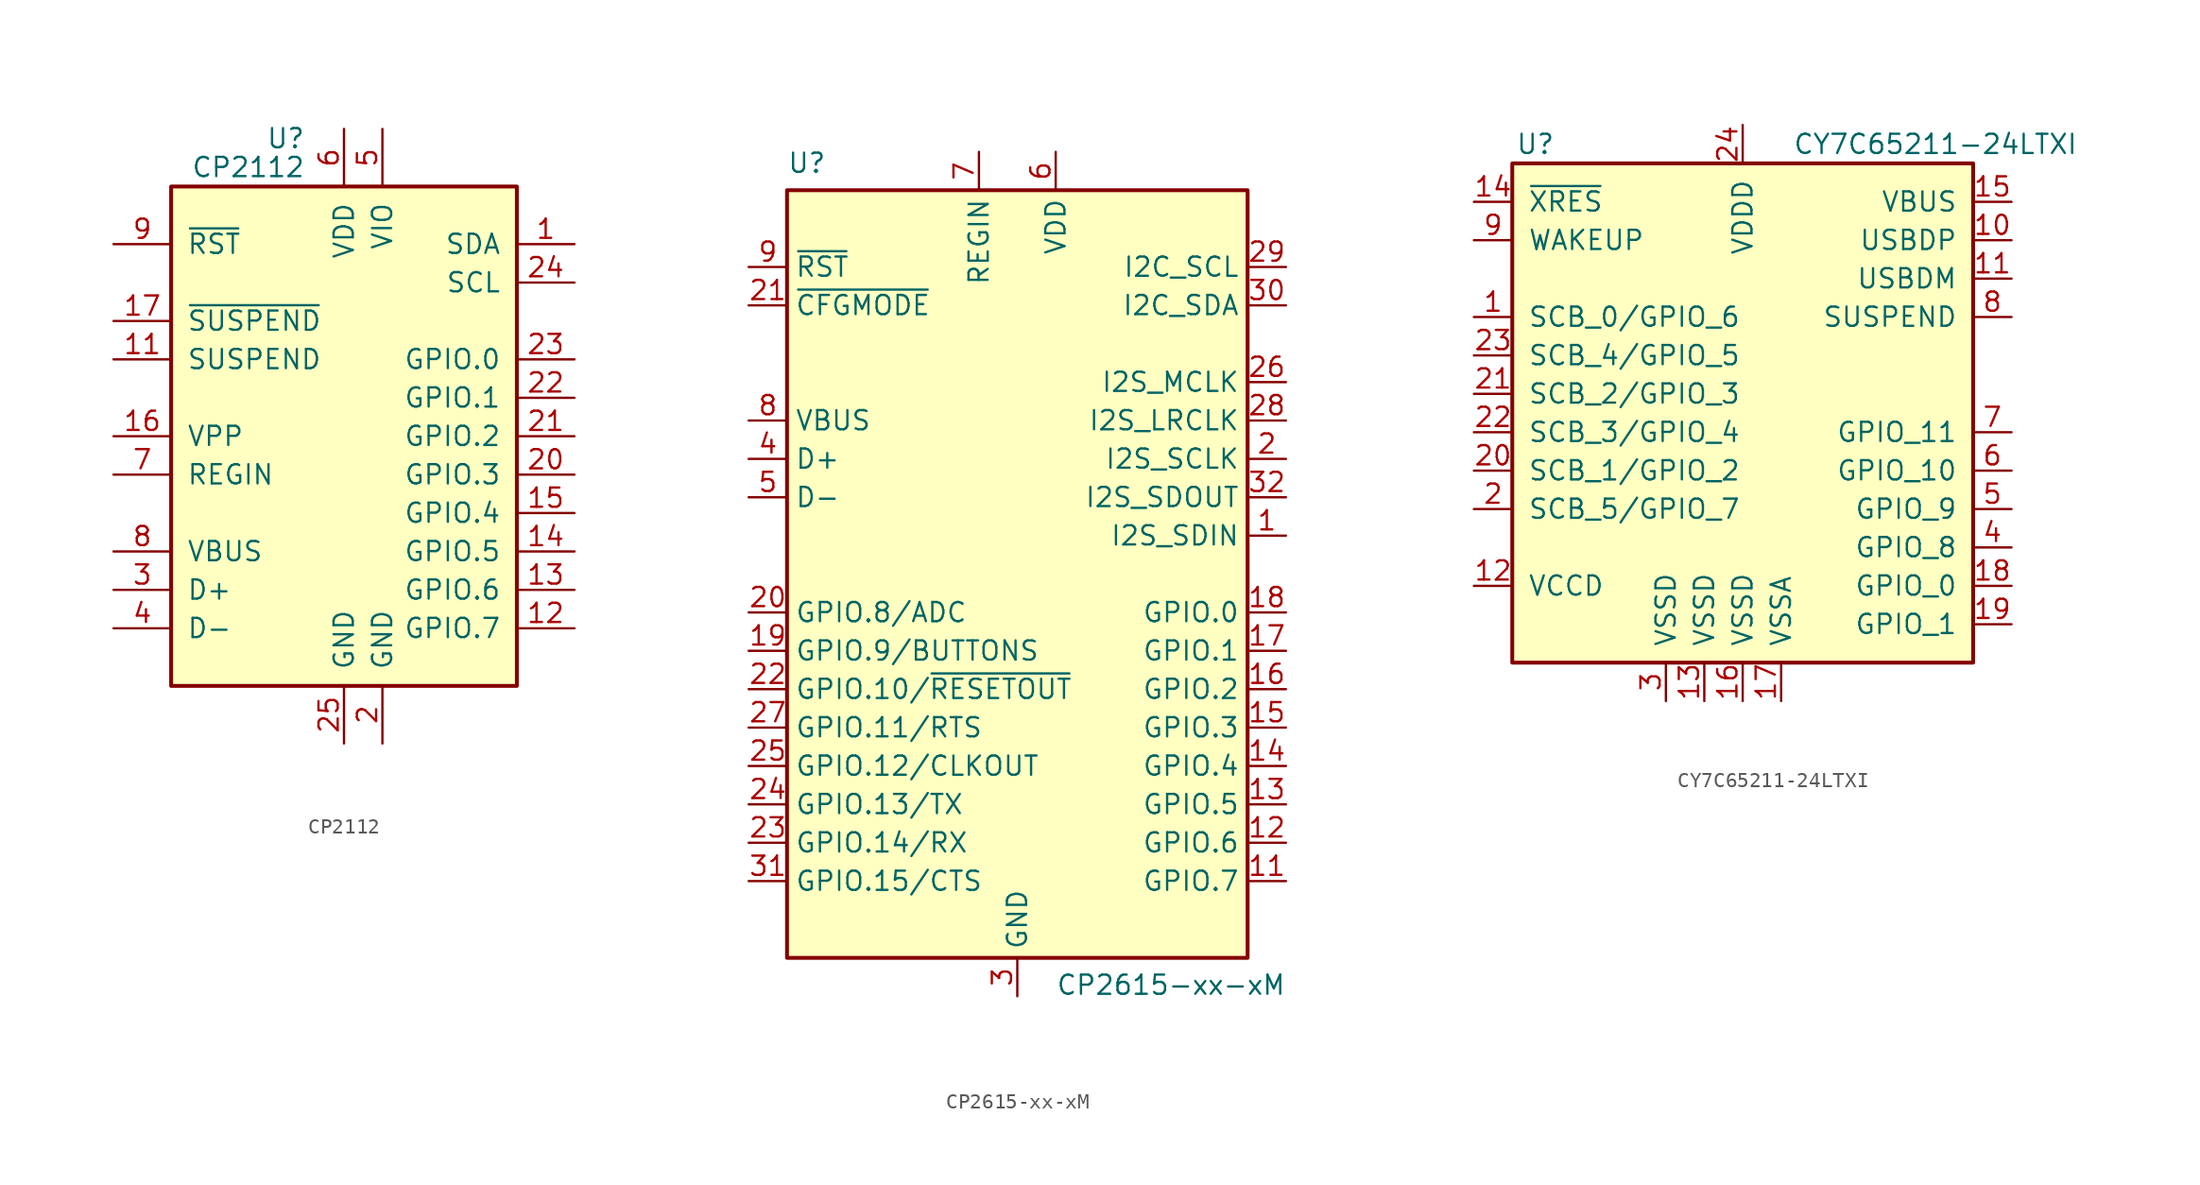
<source format=kicad_sym>
(kicad_symbol_lib
  (version 20200908)
  (generator kicad_symbol_editor)
  (symbol "Interface_USB:CP2112"
    (pin_names
      (offset 1.016))
    (property "Reference" "U"
      (at -2.54 19.685 0)
      (effects (font (size 1.27 1.27)) (justify right)))
    (property "Value" "CP2112"
      (at -2.54 17.78 0)
      (effects (font (size 1.27 1.27)) (justify right)))
    (symbol "CP2112_0_1"
      (rectangle (start -11.43 16.51) (end 11.43 -16.51) (stroke (width 0.254)) (fill (type background))))
    (symbol "CP2112_1_1"
      (pin bidirectional line (at 15.24 12.7 180) (length 3.81) (name "SDA" (effects (font (size 1.27 1.27)))) (number "1" (effects (font (size 1.27 1.27)))))
      (pin unconnected line (at 10.16 -20.32 90) (length 3.81) hide (name "NC" (effects (font (size 1.27 1.27)))) (number "10" (effects (font (size 1.27 1.27)))))
      (pin output line (at -15.24 5.08 0) (length 3.81) (name "SUSPEND" (effects (font (size 1.27 1.27)))) (number "11" (effects (font (size 1.27 1.27)))))
      (pin bidirectional line (at 15.24 -12.7 180) (length 3.81) (name "GPIO.7" (effects (font (size 1.27 1.27)))) (number "12" (effects (font (size 1.27 1.27)))))
      (pin bidirectional line (at 15.24 -10.16 180) (length 3.81) (name "GPIO.6" (effects (font (size 1.27 1.27)))) (number "13" (effects (font (size 1.27 1.27)))))
      (pin bidirectional line (at 15.24 -7.62 180) (length 3.81) (name "GPIO.5" (effects (font (size 1.27 1.27)))) (number "14" (effects (font (size 1.27 1.27)))))
      (pin bidirectional line (at 15.24 -5.08 180) (length 3.81) (name "GPIO.4" (effects (font (size 1.27 1.27)))) (number "15" (effects (font (size 1.27 1.27)))))
      (pin power_in line (at -15.24 0 0) (length 3.81) (name "VPP" (effects (font (size 1.27 1.27)))) (number "16" (effects (font (size 1.27 1.27)))))
      (pin output line (at -15.24 7.62 0) (length 3.81) (name "~SUSPEND" (effects (font (size 1.27 1.27)))) (number "17" (effects (font (size 1.27 1.27)))))
      (pin unconnected line (at 5.08 -20.32 90) (length 3.81) hide (name "NC" (effects (font (size 1.27 1.27)))) (number "18" (effects (font (size 1.27 1.27)))))
      (pin unconnected line (at 7.62 -20.32 90) (length 3.81) hide (name "NC" (effects (font (size 1.27 1.27)))) (number "19" (effects (font (size 1.27 1.27)))))
      (pin power_in line (at 2.54 -20.32 90) (length 3.81) (name "GND" (effects (font (size 1.27 1.27)))) (number "2" (effects (font (size 1.27 1.27)))))
      (pin bidirectional line (at 15.24 -2.54 180) (length 3.81) (name "GPIO.3" (effects (font (size 1.27 1.27)))) (number "20" (effects (font (size 1.27 1.27)))))
      (pin bidirectional line (at 15.24 0 180) (length 3.81) (name "GPIO.2" (effects (font (size 1.27 1.27)))) (number "21" (effects (font (size 1.27 1.27)))))
      (pin bidirectional line (at 15.24 2.54 180) (length 3.81) (name "GPIO.1" (effects (font (size 1.27 1.27)))) (number "22" (effects (font (size 1.27 1.27)))))
      (pin bidirectional line (at 15.24 5.08 180) (length 3.81) (name "GPIO.0" (effects (font (size 1.27 1.27)))) (number "23" (effects (font (size 1.27 1.27)))))
      (pin output line (at 15.24 10.16 180) (length 3.81) (name "SCL" (effects (font (size 1.27 1.27)))) (number "24" (effects (font (size 1.27 1.27)))))
      (pin power_in line (at 0 -20.32 90) (length 3.81) (name "GND" (effects (font (size 1.27 1.27)))) (number "25" (effects (font (size 1.27 1.27)))))
      (pin bidirectional line (at -15.24 -10.16 0) (length 3.81) (name "D+" (effects (font (size 1.27 1.27)))) (number "3" (effects (font (size 1.27 1.27)))))
      (pin bidirectional line (at -15.24 -12.7 0) (length 3.81) (name "D-" (effects (font (size 1.27 1.27)))) (number "4" (effects (font (size 1.27 1.27)))))
      (pin power_in line (at 2.54 20.32 270) (length 3.81) (name "VIO" (effects (font (size 1.27 1.27)))) (number "5" (effects (font (size 1.27 1.27)))))
      (pin power_in line (at 0 20.32 270) (length 3.81) (name "VDD" (effects (font (size 1.27 1.27)))) (number "6" (effects (font (size 1.27 1.27)))))
      (pin power_in line (at -15.24 -2.54 0) (length 3.81) (name "REGIN" (effects (font (size 1.27 1.27)))) (number "7" (effects (font (size 1.27 1.27)))))
      (pin input line (at -15.24 -7.62 0) (length 3.81) (name "VBUS" (effects (font (size 1.27 1.27)))) (number "8" (effects (font (size 1.27 1.27)))))
      (pin input line (at -15.24 12.7 0) (length 3.81) (name "~RST" (effects (font (size 1.27 1.27)))) (number "9" (effects (font (size 1.27 1.27)))))))
  (symbol "Interface_USB:CP2615-xx-xM"
    (property "Reference" "U"
      (at -15.24 27.94 0)
      (effects (font (size 1.27 1.27)) (justify left top)))
    (property "Value" "CP2615-xx-xM"
      (at 2.54 -27.94 0)
      (effects (font (size 1.27 1.27)) (justify left bottom)))
    (symbol "CP2615-xx-xM_0_1"
      (rectangle (start -15.24 -25.4) (end 15.24 25.4) (stroke (width 0.254)) (fill (type background))))
    (symbol "CP2615-xx-xM_0_0"
      (pin input line (at 17.78 2.54 180) (length 2.54) (name "I2S_SDIN" (effects (font (size 1.27 1.27)))) (number "1" (effects (font (size 1.27 1.27)))))
      (pin unconnected line (at -15.24 15.24 0) (length 2.54) hide (name "NC" (effects (font (size 1.27 1.27)))) (number "10" (effects (font (size 1.27 1.27)))))
      (pin bidirectional line (at 17.78 -20.32 180) (length 2.54) (name "GPIO.7" (effects (font (size 1.27 1.27)))) (number "11" (effects (font (size 1.27 1.27)))))
      (pin bidirectional line (at 17.78 -17.78 180) (length 2.54) (name "GPIO.6" (effects (font (size 1.27 1.27)))) (number "12" (effects (font (size 1.27 1.27)))))
      (pin output line (at 17.78 7.62 180) (length 2.54) (name "I2S_SCLK" (effects (font (size 1.27 1.27)))) (number "2" (effects (font (size 1.27 1.27)))))
      (pin input line (at -17.78 17.78 0) (length 2.54) (name "~CFGMODE" (effects (font (size 1.27 1.27)))) (number "21" (effects (font (size 1.27 1.27)))))
      (pin bidirectional line (at -17.78 -7.62 0) (length 2.54) (name "GPIO.10/~RESETOUT" (effects (font (size 1.27 1.27)))) (number "22" (effects (font (size 1.27 1.27)))))
      (pin bidirectional line (at -17.78 -17.78 0) (length 2.54) (name "GPIO.14/RX" (effects (font (size 1.27 1.27)))) (number "23" (effects (font (size 1.27 1.27)))))
      (pin bidirectional line (at -17.78 -15.24 0) (length 2.54) (name "GPIO.13/TX" (effects (font (size 1.27 1.27)))) (number "24" (effects (font (size 1.27 1.27)))))
      (pin bidirectional line (at -17.78 -12.7 0) (length 2.54) (name "GPIO.12/CLKOUT" (effects (font (size 1.27 1.27)))) (number "25" (effects (font (size 1.27 1.27)))))
      (pin output line (at 17.78 12.7 180) (length 2.54) (name "I2S_MCLK" (effects (font (size 1.27 1.27)))) (number "26" (effects (font (size 1.27 1.27)))))
      (pin bidirectional line (at -17.78 -10.16 0) (length 2.54) (name "GPIO.11/RTS" (effects (font (size 1.27 1.27)))) (number "27" (effects (font (size 1.27 1.27)))))
      (pin output line (at 17.78 10.16 180) (length 2.54) (name "I2S_LRCLK" (effects (font (size 1.27 1.27)))) (number "28" (effects (font (size 1.27 1.27)))))
      (pin bidirectional line (at 17.78 20.32 180) (length 2.54) (name "I2C_SCL" (effects (font (size 1.27 1.27)))) (number "29" (effects (font (size 1.27 1.27)))))
      (pin power_in line (at 0 -27.94 90) (length 2.54) (name "GND" (effects (font (size 1.27 1.27)))) (number "3" (effects (font (size 1.27 1.27)))))
      (pin bidirectional line (at 17.78 17.78 180) (length 2.54) (name "I2C_SDA" (effects (font (size 1.27 1.27)))) (number "30" (effects (font (size 1.27 1.27)))))
      (pin bidirectional line (at -17.78 -20.32 0) (length 2.54) (name "GPIO.15/CTS" (effects (font (size 1.27 1.27)))) (number "31" (effects (font (size 1.27 1.27)))))
      (pin output line (at 17.78 5.08 180) (length 2.54) (name "I2S_SDOUT" (effects (font (size 1.27 1.27)))) (number "32" (effects (font (size 1.27 1.27)))))
      (pin bidirectional line (at -17.78 7.62 0) (length 2.54) (name "D+" (effects (font (size 1.27 1.27)))) (number "4" (effects (font (size 1.27 1.27)))))
      (pin bidirectional line (at -17.78 5.08 0) (length 2.54) (name "D-" (effects (font (size 1.27 1.27)))) (number "5" (effects (font (size 1.27 1.27)))))
      (pin power_in line (at 2.54 27.94 270) (length 2.54) (name "VDD" (effects (font (size 1.27 1.27)))) (number "6" (effects (font (size 1.27 1.27)))))
      (pin power_in line (at -2.54 27.94 270) (length 2.54) (name "REGIN" (effects (font (size 1.27 1.27)))) (number "7" (effects (font (size 1.27 1.27)))))
      (pin input line (at -17.78 10.16 0) (length 2.54) (name "VBUS" (effects (font (size 1.27 1.27)))) (number "8" (effects (font (size 1.27 1.27)))))
      (pin bidirectional line (at -17.78 20.32 0) (length 2.54) (name "~RST" (effects (font (size 1.27 1.27)))) (number "9" (effects (font (size 1.27 1.27))))))
    (symbol "CP2615-xx-xM_1_1"
      (pin bidirectional line (at 17.78 -15.24 180) (length 2.54) (name "GPIO.5" (effects (font (size 1.27 1.27)))) (number "13" (effects (font (size 1.27 1.27)))))
      (pin bidirectional line (at 17.78 -12.7 180) (length 2.54) (name "GPIO.4" (effects (font (size 1.27 1.27)))) (number "14" (effects (font (size 1.27 1.27)))))
      (pin bidirectional line (at 17.78 -10.16 180) (length 2.54) (name "GPIO.3" (effects (font (size 1.27 1.27)))) (number "15" (effects (font (size 1.27 1.27)))))
      (pin bidirectional line (at 17.78 -7.62 180) (length 2.54) (name "GPIO.2" (effects (font (size 1.27 1.27)))) (number "16" (effects (font (size 1.27 1.27)))))
      (pin bidirectional line (at 17.78 -5.08 180) (length 2.54) (name "GPIO.1" (effects (font (size 1.27 1.27)))) (number "17" (effects (font (size 1.27 1.27)))))
      (pin bidirectional line (at 17.78 -2.54 180) (length 2.54) (name "GPIO.0" (effects (font (size 1.27 1.27)))) (number "18" (effects (font (size 1.27 1.27)))))
      (pin bidirectional line (at -17.78 -5.08 0) (length 2.54) (name "GPIO.9/BUTTONS" (effects (font (size 1.27 1.27)))) (number "19" (effects (font (size 1.27 1.27)))))
      (pin bidirectional line (at -17.78 -2.54 0) (length 2.54) (name "GPIO.8/ADC" (effects (font (size 1.27 1.27)))) (number "20" (effects (font (size 1.27 1.27)))))
      (pin passive line (at 0 -27.94 90) (length 2.54) hide (name "GND" (effects (font (size 1.27 1.27)))) (number "33" (effects (font (size 1.27 1.27)))))))
  (symbol "Interface_USB:CY7C65211-24LTXI"
    (pin_names
      (offset 1.016))
    (property "Reference" "U"
      (at -13.716 16.51 0)
      (effects (font (size 1.27 1.27))))
    (property "Value" "CY7C65211-24LTXI"
      (at 3.302 16.51 0)
      (effects (font (size 1.27 1.27)) (justify left)))
    (symbol "CY7C65211-24LTXI_0_1"
      (rectangle (start -15.24 15.24) (end 15.24 -17.78) (stroke (width 0.254)) (fill (type background))))
    (symbol "CY7C65211-24LTXI_1_1"
      (pin bidirectional line (at -17.78 5.08 0) (length 2.54) (name "SCB_0/GPIO_6" (effects (font (size 1.27 1.27)))) (number "1" (effects (font (size 1.27 1.27)))))
      (pin bidirectional line (at 17.78 10.16 180) (length 2.54) (name "USBDP" (effects (font (size 1.27 1.27)))) (number "10" (effects (font (size 1.27 1.27)))))
      (pin bidirectional line (at 17.78 7.62 180) (length 2.54) (name "USBDM" (effects (font (size 1.27 1.27)))) (number "11" (effects (font (size 1.27 1.27)))))
      (pin power_in line (at -17.78 -12.7 0) (length 2.54) (name "VCCD" (effects (font (size 1.27 1.27)))) (number "12" (effects (font (size 1.27 1.27)))))
      (pin power_in line (at -2.54 -20.32 90) (length 2.54) (name "VSSD" (effects (font (size 1.27 1.27)))) (number "13" (effects (font (size 1.27 1.27)))))
      (pin input line (at -17.78 12.7 0) (length 2.54) (name "~XRES" (effects (font (size 1.27 1.27)))) (number "14" (effects (font (size 1.27 1.27)))))
      (pin power_out line (at 17.78 12.7 180) (length 2.54) (name "VBUS" (effects (font (size 1.27 1.27)))) (number "15" (effects (font (size 1.27 1.27)))))
      (pin power_in line (at 0 -20.32 90) (length 2.54) (name "VSSD" (effects (font (size 1.27 1.27)))) (number "16" (effects (font (size 1.27 1.27)))))
      (pin power_in line (at 2.54 -20.32 90) (length 2.54) (name "VSSA" (effects (font (size 1.27 1.27)))) (number "17" (effects (font (size 1.27 1.27)))))
      (pin tri_state line (at 17.78 -12.7 180) (length 2.54) (name "GPIO_0" (effects (font (size 1.27 1.27)))) (number "18" (effects (font (size 1.27 1.27)))))
      (pin tri_state line (at 17.78 -15.24 180) (length 2.54) (name "GPIO_1" (effects (font (size 1.27 1.27)))) (number "19" (effects (font (size 1.27 1.27)))))
      (pin bidirectional line (at -17.78 -7.62 0) (length 2.54) (name "SCB_5/GPIO_7" (effects (font (size 1.27 1.27)))) (number "2" (effects (font (size 1.27 1.27)))))
      (pin bidirectional line (at -17.78 -5.08 0) (length 2.54) (name "SCB_1/GPIO_2" (effects (font (size 1.27 1.27)))) (number "20" (effects (font (size 1.27 1.27)))))
      (pin bidirectional line (at -17.78 0 0) (length 2.54) (name "SCB_2/GPIO_3" (effects (font (size 1.27 1.27)))) (number "21" (effects (font (size 1.27 1.27)))))
      (pin bidirectional line (at -17.78 -2.54 0) (length 2.54) (name "SCB_3/GPIO_4" (effects (font (size 1.27 1.27)))) (number "22" (effects (font (size 1.27 1.27)))))
      (pin bidirectional line (at -17.78 2.54 0) (length 2.54) (name "SCB_4/GPIO_5" (effects (font (size 1.27 1.27)))) (number "23" (effects (font (size 1.27 1.27)))))
      (pin power_in line (at 0 17.78 270) (length 2.54) (name "VDDD" (effects (font (size 1.27 1.27)))) (number "24" (effects (font (size 1.27 1.27)))))
      (pin unconnected line (at -15.24 -15.24 0) (length 2.54) hide (name "1EP" (effects (font (size 1.27 1.27)))) (number "25" (effects (font (size 1.27 1.27)))))
      (pin power_in line (at -5.08 -20.32 90) (length 2.54) (name "VSSD" (effects (font (size 1.27 1.27)))) (number "3" (effects (font (size 1.27 1.27)))))
      (pin tri_state line (at 17.78 -10.16 180) (length 2.54) (name "GPIO_8" (effects (font (size 1.27 1.27)))) (number "4" (effects (font (size 1.27 1.27)))))
      (pin tri_state line (at 17.78 -7.62 180) (length 2.54) (name "GPIO_9" (effects (font (size 1.27 1.27)))) (number "5" (effects (font (size 1.27 1.27)))))
      (pin tri_state line (at 17.78 -5.08 180) (length 2.54) (name "GPIO_10" (effects (font (size 1.27 1.27)))) (number "6" (effects (font (size 1.27 1.27)))))
      (pin tri_state line (at 17.78 -2.54 180) (length 2.54) (name "GPIO_11" (effects (font (size 1.27 1.27)))) (number "7" (effects (font (size 1.27 1.27)))))
      (pin output line (at 17.78 5.08 180) (length 2.54) (name "SUSPEND" (effects (font (size 1.27 1.27)))) (number "8" (effects (font (size 1.27 1.27)))))
      (pin input line (at -17.78 10.16 0) (length 2.54) (name "WAKEUP" (effects (font (size 1.27 1.27)))) (number "9" (effects (font (size 1.27 1.27))))))))
</source>
